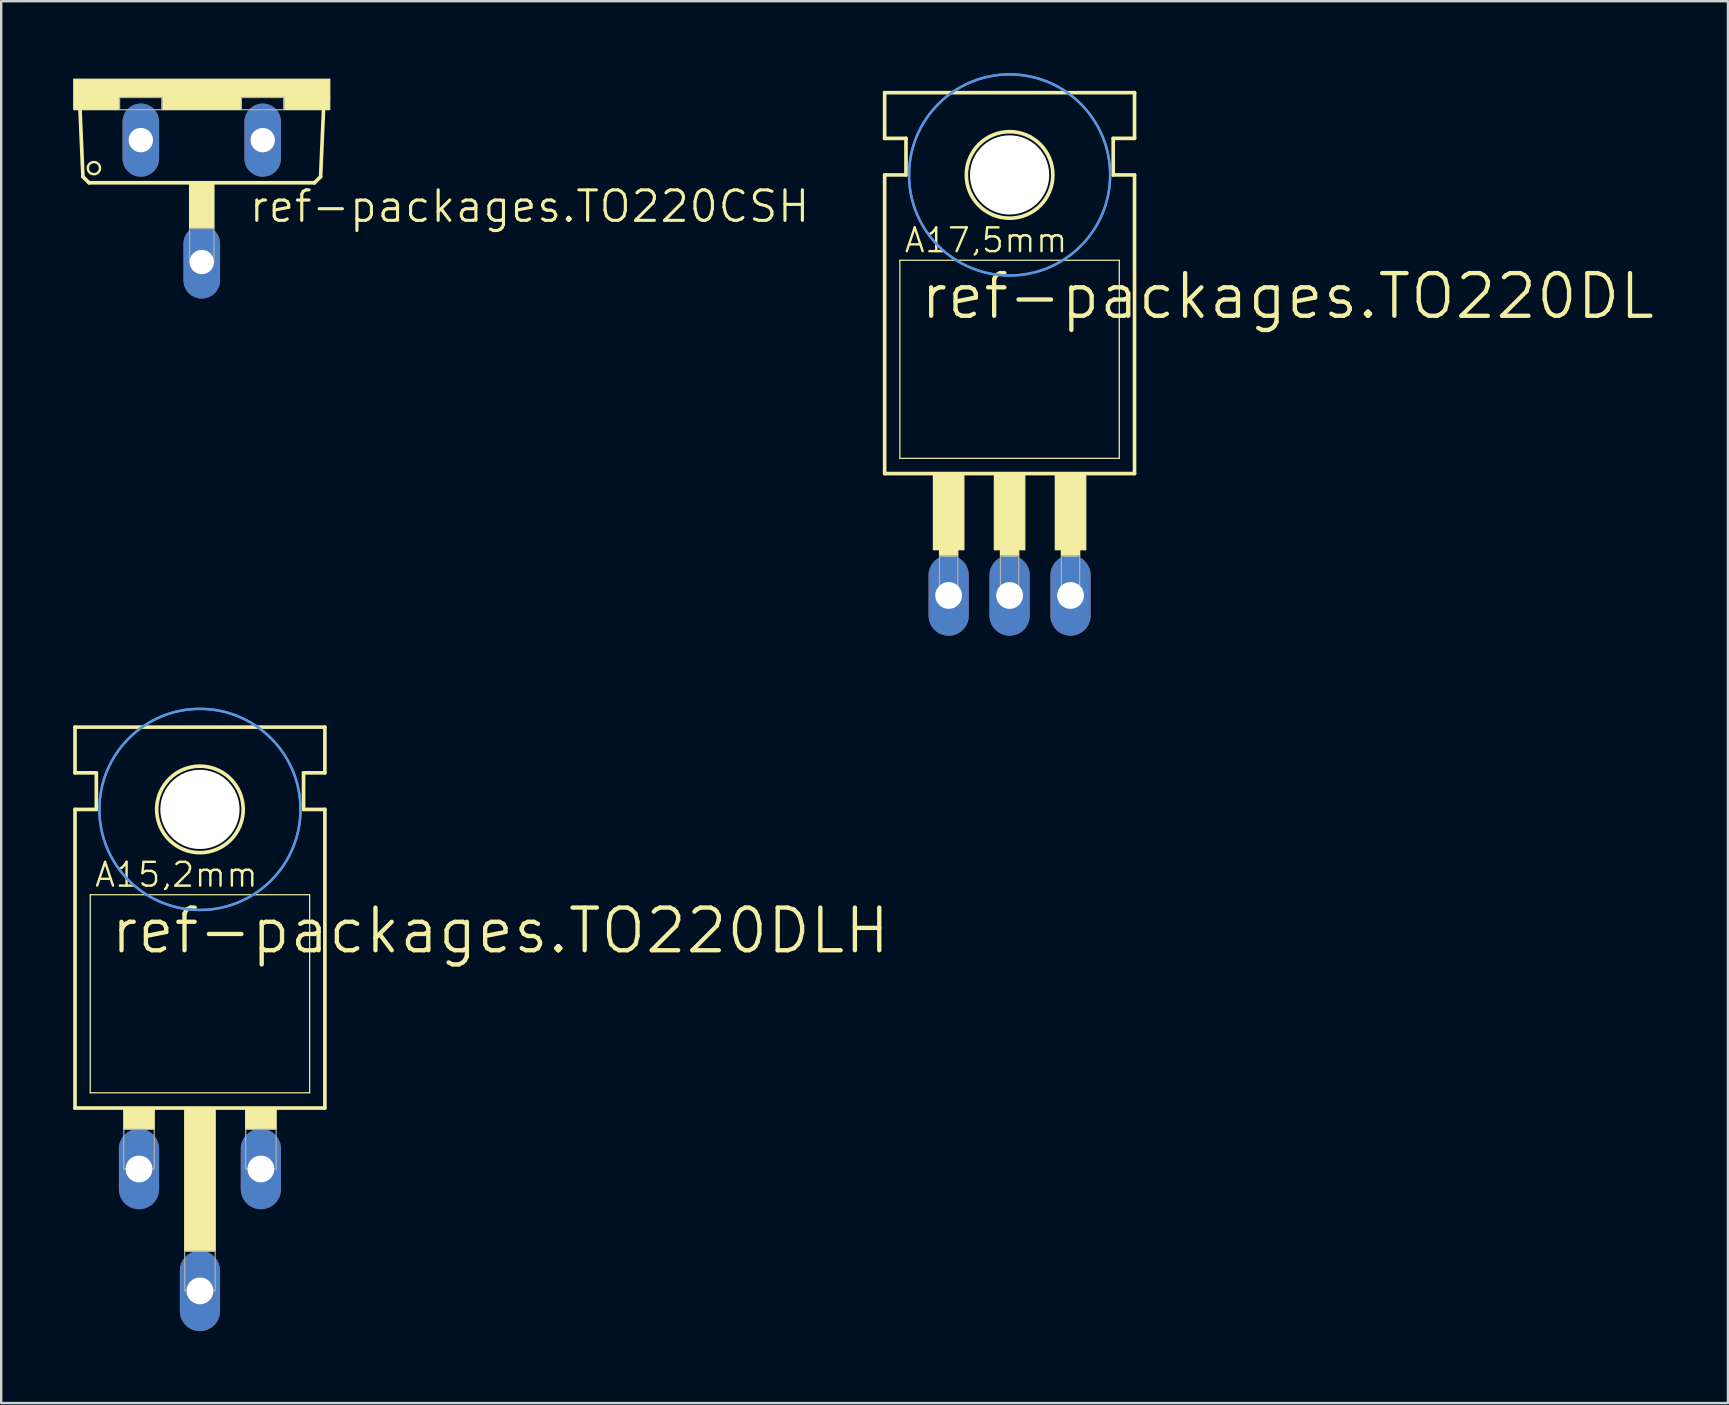
<source format=kicad_pcb>
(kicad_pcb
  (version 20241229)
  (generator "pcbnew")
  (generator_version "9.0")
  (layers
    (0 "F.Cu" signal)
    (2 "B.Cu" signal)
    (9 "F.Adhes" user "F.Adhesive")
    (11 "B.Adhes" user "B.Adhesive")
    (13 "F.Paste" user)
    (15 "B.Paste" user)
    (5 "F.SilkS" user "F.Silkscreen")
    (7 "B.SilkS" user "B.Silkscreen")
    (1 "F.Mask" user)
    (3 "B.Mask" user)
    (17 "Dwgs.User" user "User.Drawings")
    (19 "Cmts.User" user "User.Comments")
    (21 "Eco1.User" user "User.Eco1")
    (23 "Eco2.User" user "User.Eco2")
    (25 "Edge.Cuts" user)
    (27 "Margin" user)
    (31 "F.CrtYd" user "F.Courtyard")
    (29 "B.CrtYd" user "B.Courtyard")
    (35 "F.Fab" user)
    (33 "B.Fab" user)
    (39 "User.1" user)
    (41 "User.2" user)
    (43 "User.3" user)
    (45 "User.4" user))
  (footprint "ref-packages.TO220DLH"
    (layer "F.Cu")
    (at 5.283 41.86)
    (property "Reference" "ref-packages.TO220DLH" (at -3.81 -5.08 0) (layer "F.SilkS") (effects (font (size 1.778 1.778) (thickness 0.18)) (justify left bottom)))
    (attr through_hole)
    (fp_line (start -5.207 -12.7) (end -5.207 -14.605) (stroke (width 0.152) (type default)) (layer "F.SilkS"))
    (fp_line (start -5.207 -11.176) (end -4.318 -11.176) (stroke (width 0.152) (type default)) (layer "F.SilkS"))
    (fp_line (start -5.207 1.27) (end -5.207 -11.176) (stroke (width 0.152) (type default)) (layer "F.SilkS"))
    (fp_line (start -5.207 1.27) (end 5.207 1.27) (stroke (width 0.152) (type default)) (layer "F.SilkS"))
    (fp_line (start -4.572 0.635) (end -4.572 -7.62) (stroke (width 0.051) (type default)) (layer "F.SilkS"))
    (fp_line (start -4.572 0.635) (end 4.572 0.635) (stroke (width 0.051) (type default)) (layer "F.SilkS"))
    (fp_line (start -4.318 -12.7) (end -5.207 -12.7) (stroke (width 0.152) (type default)) (layer "F.SilkS"))
    (fp_line (start -4.318 -11.176) (end -4.318 -12.7) (stroke (width 0.152) (type default)) (layer "F.SilkS"))
    (fp_line (start 4.318 -12.7) (end 5.207 -12.7) (stroke (width 0.152) (type default)) (layer "F.SilkS"))
    (fp_line (start 4.318 -11.176) (end 4.318 -12.7) (stroke (width 0.152) (type default)) (layer "F.SilkS"))
    (fp_line (start 4.572 -7.62) (end -4.572 -7.62) (stroke (width 0.051) (type default)) (layer "F.SilkS"))
    (fp_line (start 4.572 -7.62) (end 4.572 0.635) (stroke (width 0.051) (type default)) (layer "F.SilkS"))
    (fp_line (start 5.207 -14.605) (end -5.207 -14.605) (stroke (width 0.152) (type default)) (layer "F.SilkS"))
    (fp_line (start 5.207 -12.7) (end 5.207 -14.605) (stroke (width 0.152) (type default)) (layer "F.SilkS"))
    (fp_line (start 5.207 -11.176) (end 4.318 -11.176) (stroke (width 0.152) (type default)) (layer "F.SilkS"))
    (fp_line (start 5.207 1.27) (end 5.207 -11.176) (stroke (width 0.152) (type default)) (layer "F.SilkS"))
    (fp_rect (start -3.175 2.159) (end -1.905 1.27) (stroke (width 0.05) (type default)) (fill yes) (layer "F.SilkS"))
    (fp_rect (start -0.635 7.239) (end 0.635 1.27) (stroke (width 0.05) (type default)) (fill yes) (layer "F.SilkS"))
    (fp_rect (start 1.905 2.159) (end 3.175 1.27) (stroke (width 0.05) (type default)) (fill yes) (layer "F.SilkS"))
    (fp_circle (center 0 -11.176) (end 1.803 -11.176) (stroke (width 0.152) (type default)) (fill no) (layer "F.SilkS"))
    (fp_circle (center 0 -11.176) (end 4.191 -11.176) (stroke (width 0.1) (type default)) (fill no) (layer "Cmts.User"))
    (fp_circle (center 0 -11.176) (end 4.191 -11.176) (stroke (width 0.1) (type default)) (fill no) (layer "Cmts.User"))
    (fp_rect (start -3.175 3.81) (end -1.905 2.159) (stroke (width 0.05) (type default)) (fill no) (layer "F.Fab"))
    (fp_rect (start -0.635 8.89) (end 0.635 7.239) (stroke (width 0.05) (type default)) (fill no) (layer "F.Fab"))
    (fp_rect (start 1.905 3.81) (end 3.175 2.159) (stroke (width 0.05) (type default)) (fill no) (layer "F.Fab"))
    (fp_text user "A15,2mm" (at -4.445 -7.874 0) (layer "F.SilkS") (effects (font (size 0.991 0.991) (thickness 0.1)) (justify left bottom)))
    (pad "" np_thru_hole circle (at 0 -11.176) (size 3.302 3.302) (drill 3.302) (layers "*.Cu" "*.Mask"))
    (pad "A1" thru_hole oval (at -2.54 3.81 90) (size 3.353 1.676) (drill 1.118) (layers "*.Cu" "*.Mask"))
    (pad "A2" thru_hole oval (at 0 8.89 90) (size 3.353 1.676) (drill 1.118) (layers "*.Cu" "*.Mask"))
    (pad "G" thru_hole oval (at 2.54 3.81 90) (size 3.353 1.676) (drill 1.118) (layers "*.Cu" "*.Mask")))
  (footprint "ref-packages.TO220DL"
    (layer "F.Cu")
    (at 39.027 15.417)
    (property "Reference" "ref-packages.TO220DL" (at -3.81 -5.08 0) (layer "F.SilkS") (effects (font (size 1.778 1.778) (thickness 0.18)) (justify left bottom)))
    (attr through_hole)
    (fp_line (start -5.207 -12.7) (end -5.207 -14.605) (stroke (width 0.152) (type default)) (layer "F.SilkS"))
    (fp_line (start -5.207 -11.176) (end -4.318 -11.176) (stroke (width 0.152) (type default)) (layer "F.SilkS"))
    (fp_line (start -5.207 1.27) (end -5.207 -11.176) (stroke (width 0.152) (type default)) (layer "F.SilkS"))
    (fp_line (start -5.207 1.27) (end 5.207 1.27) (stroke (width 0.152) (type default)) (layer "F.SilkS"))
    (fp_line (start -4.572 0.635) (end -4.572 -7.62) (stroke (width 0.051) (type default)) (layer "F.SilkS"))
    (fp_line (start -4.572 0.635) (end 4.572 0.635) (stroke (width 0.051) (type default)) (layer "F.SilkS"))
    (fp_line (start -4.318 -12.7) (end -5.207 -12.7) (stroke (width 0.152) (type default)) (layer "F.SilkS"))
    (fp_line (start -4.318 -11.176) (end -4.318 -12.7) (stroke (width 0.152) (type default)) (layer "F.SilkS"))
    (fp_line (start 4.318 -12.7) (end 5.207 -12.7) (stroke (width 0.152) (type default)) (layer "F.SilkS"))
    (fp_line (start 4.318 -11.176) (end 4.318 -12.7) (stroke (width 0.152) (type default)) (layer "F.SilkS"))
    (fp_line (start 4.572 -7.62) (end -4.572 -7.62) (stroke (width 0.051) (type default)) (layer "F.SilkS"))
    (fp_line (start 4.572 -7.62) (end 4.572 0.635) (stroke (width 0.051) (type default)) (layer "F.SilkS"))
    (fp_line (start 5.207 -14.605) (end -5.207 -14.605) (stroke (width 0.152) (type default)) (layer "F.SilkS"))
    (fp_line (start 5.207 -12.7) (end 5.207 -14.605) (stroke (width 0.152) (type default)) (layer "F.SilkS"))
    (fp_line (start 5.207 -11.176) (end 4.318 -11.176) (stroke (width 0.152) (type default)) (layer "F.SilkS"))
    (fp_line (start 5.207 1.27) (end 5.207 -11.176) (stroke (width 0.152) (type default)) (layer "F.SilkS"))
    (fp_rect (start -3.175 4.445) (end -1.905 1.27) (stroke (width 0.05) (type default)) (fill yes) (layer "F.SilkS"))
    (fp_rect (start -2.921 4.699) (end -2.159 4.445) (stroke (width 0.05) (type default)) (fill yes) (layer "F.SilkS"))
    (fp_rect (start -0.635 4.445) (end 0.635 1.27) (stroke (width 0.05) (type default)) (fill yes) (layer "F.SilkS"))
    (fp_rect (start -0.381 4.699) (end 0.381 4.445) (stroke (width 0.05) (type default)) (fill yes) (layer "F.SilkS"))
    (fp_rect (start 1.905 4.445) (end 3.175 1.27) (stroke (width 0.05) (type default)) (fill yes) (layer "F.SilkS"))
    (fp_rect (start 2.159 4.699) (end 2.921 4.445) (stroke (width 0.05) (type default)) (fill yes) (layer "F.SilkS"))
    (fp_circle (center 0 -11.176) (end 1.803 -11.176) (stroke (width 0.152) (type default)) (fill no) (layer "F.SilkS"))
    (fp_circle (center 0 -11.176) (end 4.191 -11.176) (stroke (width 0.1) (type default)) (fill no) (layer "Cmts.User"))
    (fp_circle (center 0 -11.176) (end 4.191 -11.176) (stroke (width 0.1) (type default)) (fill no) (layer "Cmts.User"))
    (fp_rect (start -2.921 6.477) (end -2.159 4.699) (stroke (width 0.05) (type default)) (fill no) (layer "F.Fab"))
    (fp_rect (start -0.381 6.477) (end 0.381 4.699) (stroke (width 0.05) (type default)) (fill no) (layer "F.Fab"))
    (fp_rect (start 2.159 6.477) (end 2.921 4.699) (stroke (width 0.05) (type default)) (fill no) (layer "F.Fab"))
    (fp_text user "A17,5mm" (at -4.445 -7.874 0) (layer "F.SilkS") (effects (font (size 0.991 0.991) (thickness 0.1)) (justify left bottom)))
    (pad "" np_thru_hole circle (at 0 -11.176) (size 3.302 3.302) (drill 3.302) (layers "*.Cu" "*.Mask"))
    (pad "A1" thru_hole oval (at -2.54 6.35 90) (size 3.353 1.676) (drill 1.118) (layers "*.Cu" "*.Mask"))
    (pad "A2" thru_hole oval (at 0 6.35 90) (size 3.353 1.676) (drill 1.118) (layers "*.Cu" "*.Mask"))
    (pad "G" thru_hole oval (at 2.54 6.35 90) (size 3.353 1.676) (drill 1.118) (layers "*.Cu" "*.Mask")))
  (footprint "ref-packages.TO220CSH"
    (layer "F.Cu")
    (at 5.359 0.25)
    (property "Reference" "ref-packages.TO220CSH" (at 1.905 6.045 0) (layer "F.SilkS") (effects (font (size 1.27 1.27) (thickness 0.13)) (justify left bottom)))
    (attr through_hole)
    (fp_line (start -4.953 4.064) (end -5.08 1.143) (stroke (width 0.152) (type default)) (layer "F.SilkS"))
    (fp_line (start -4.953 4.064) (end -4.699 4.318) (stroke (width 0.152) (type default)) (layer "F.SilkS"))
    (fp_line (start 4.699 4.318) (end -4.699 4.318) (stroke (width 0.152) (type default)) (layer "F.SilkS"))
    (fp_line (start 4.699 4.318) (end 4.953 4.064) (stroke (width 0.152) (type default)) (layer "F.SilkS"))
    (fp_line (start 5.08 1.143) (end 4.953 4.064) (stroke (width 0.152) (type default)) (layer "F.SilkS"))
    (fp_rect (start -5.334 0.762) (end 5.334 0) (stroke (width 0.05) (type default)) (fill yes) (layer "F.SilkS"))
    (fp_rect (start -5.334 1.27) (end -3.429 0.762) (stroke (width 0.05) (type default)) (fill yes) (layer "F.SilkS"))
    (fp_rect (start -1.651 1.27) (end 1.651 0.762) (stroke (width 0.05) (type default)) (fill yes) (layer "F.SilkS"))
    (fp_rect (start -0.508 6.223) (end 0.508 4.318) (stroke (width 0.05) (type default)) (fill yes) (layer "F.SilkS"))
    (fp_rect (start 3.429 1.27) (end 5.334 0.762) (stroke (width 0.05) (type default)) (fill yes) (layer "F.SilkS"))
    (fp_circle (center -4.496 3.708) (end -4.242 3.708) (stroke (width 0.1) (type default)) (fill no) (layer "F.SilkS"))
    (fp_rect (start -3.429 1.27) (end -1.651 0.762) (stroke (width 0.05) (type default)) (fill no) (layer "F.Fab"))
    (fp_rect (start -0.508 7.62) (end 0.508 6.223) (stroke (width 0.05) (type default)) (fill no) (layer "F.Fab"))
    (fp_rect (start 1.651 1.27) (end 3.429 0.762) (stroke (width 0.05) (type default)) (fill no) (layer "F.Fab"))
    (pad "A" thru_hole oval (at 0 7.62 90) (size 3.048 1.524) (drill 1.016) (layers "*.Cu" "*.Mask"))
    (pad "C" thru_hole oval (at -2.54 2.54 90) (size 3.048 1.524) (drill 1.016) (layers "*.Cu" "*.Mask"))
    (pad "G" thru_hole oval (at 2.54 2.54 90) (size 3.048 1.524) (drill 1.016) (layers "*.Cu" "*.Mask")))
  (gr_rect
    (start -3 -3)
    (end 68.966 55.427)
    (stroke (width 0.1) (type default))
    (fill no)
    (layer "Edge.Cuts")))
</source>
